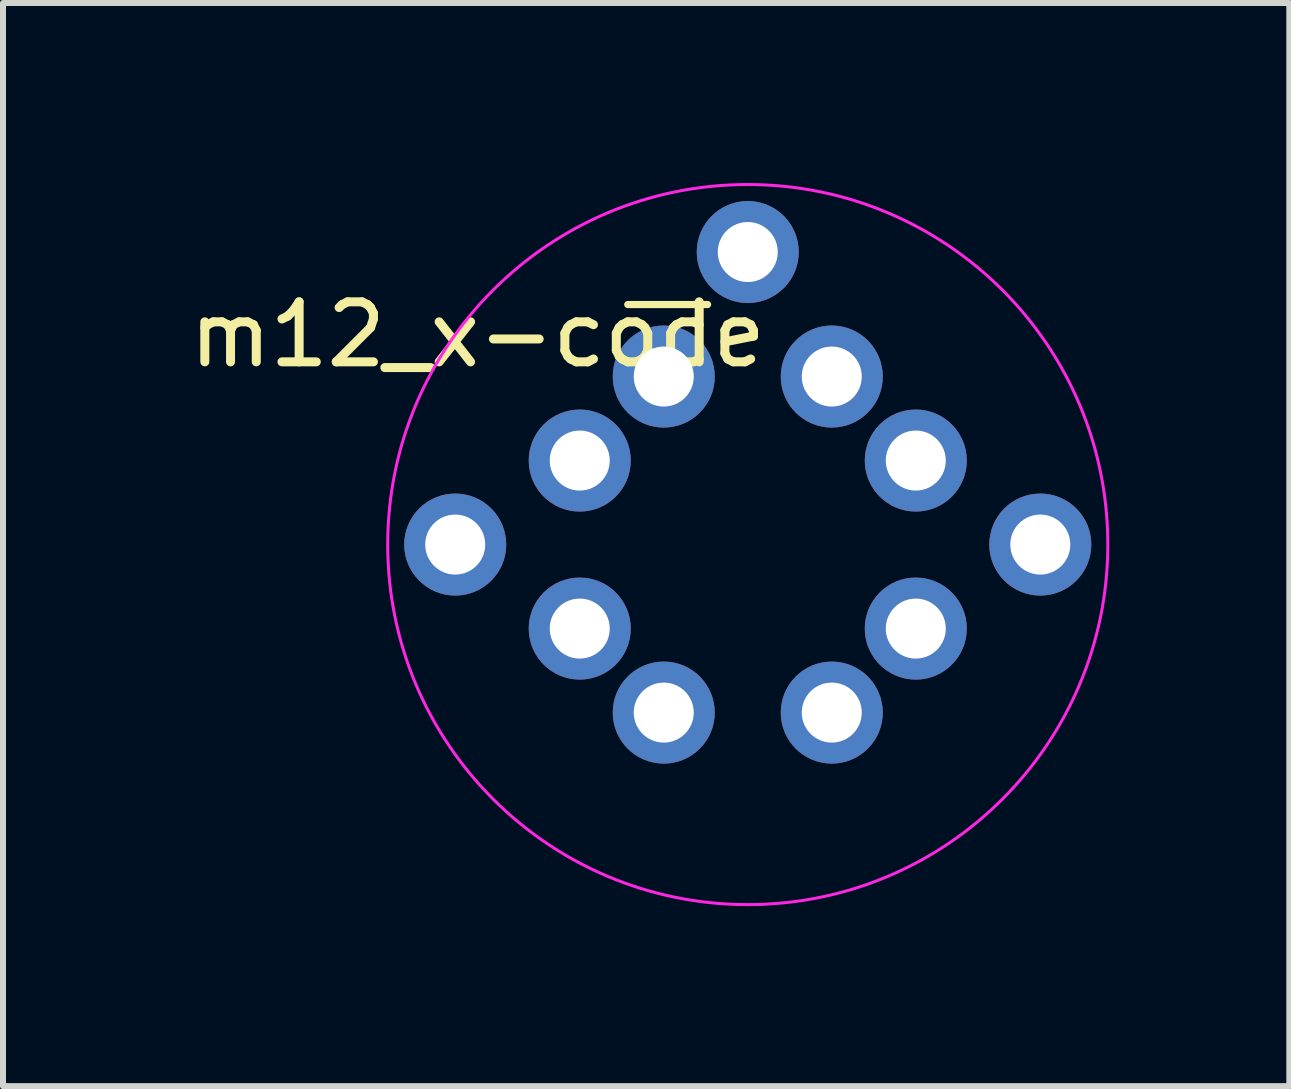
<source format=kicad_pcb>
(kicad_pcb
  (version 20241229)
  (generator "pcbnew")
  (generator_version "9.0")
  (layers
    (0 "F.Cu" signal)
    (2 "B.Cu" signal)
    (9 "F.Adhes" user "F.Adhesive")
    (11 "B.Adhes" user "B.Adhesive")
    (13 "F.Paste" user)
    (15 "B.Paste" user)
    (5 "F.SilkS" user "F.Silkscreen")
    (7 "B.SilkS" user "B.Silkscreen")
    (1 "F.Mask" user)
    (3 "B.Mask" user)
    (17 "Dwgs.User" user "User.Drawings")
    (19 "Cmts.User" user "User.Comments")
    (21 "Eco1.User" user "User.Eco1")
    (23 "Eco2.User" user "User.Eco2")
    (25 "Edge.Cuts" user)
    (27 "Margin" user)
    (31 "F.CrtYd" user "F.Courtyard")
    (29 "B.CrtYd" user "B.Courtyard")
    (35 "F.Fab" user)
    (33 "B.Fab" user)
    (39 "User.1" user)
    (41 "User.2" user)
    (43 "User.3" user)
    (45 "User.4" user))
  (footprint "m12_x-code"
    (layer "F.Cu")
    (at 9.411 6.025)
    (property "Reference" "m12_x-code" (at -4.5 -3.5 0) (layer "F.SilkS") (effects (font (size 1 1) (thickness 0.15))))
    (attr through_hole)
    (fp_line (start -2 -4) (end -0.67 -4) (stroke (width 0.12) (type solid)) (layer "F.SilkS"))
    (fp_circle (center 0 0) (end 6 0) (stroke (width 0.05) (type default)) (fill no) (layer "F.CrtYd"))
    (pad "1" thru_hole circle (at -1.4 -2.8) (size 1.7 1.7) (drill 1) (layers "*.Cu" "*.Mask"))
    (pad "2" thru_hole oval (at -2.8 -1.4) (size 1.7 1.7) (drill 1) (layers "*.Cu" "*.Mask"))
    (pad "3" thru_hole oval (at -2.8 1.4) (size 1.7 1.7) (drill 1) (layers "*.Cu" "*.Mask"))
    (pad "4" thru_hole oval (at -1.4 2.8) (size 1.7 1.7) (drill 1) (layers "*.Cu" "*.Mask"))
    (pad "5" thru_hole oval (at 1.4 2.8) (size 1.7 1.7) (drill 1) (layers "*.Cu" "*.Mask"))
    (pad "6" thru_hole oval (at 2.8 1.4) (size 1.7 1.7) (drill 1) (layers "*.Cu" "*.Mask"))
    (pad "7" thru_hole oval (at 2.8 -1.4) (size 1.7 1.7) (drill 1) (layers "*.Cu" "*.Mask"))
    (pad "8" thru_hole oval (at 1.4 -2.8) (size 1.7 1.7) (drill 1) (layers "*.Cu" "*.Mask"))
    (pad "S" thru_hole circle (at -4.875 0) (size 1.7 1.7) (drill 1) (layers "*.Cu" "*.Mask"))
    (pad "S" thru_hole circle (at 0 -4.875) (size 1.7 1.7) (drill 1) (layers "*.Cu" "*.Mask"))
    (pad "S" thru_hole circle (at 4.875 0) (size 1.7 1.7) (drill 1) (layers "*.Cu" "*.Mask")))
  (gr_rect
    (start -3 -3)
    (end 18.436 15.05)
    (stroke (width 0.1) (type default))
    (fill no)
    (layer "Edge.Cuts")))
</source>
